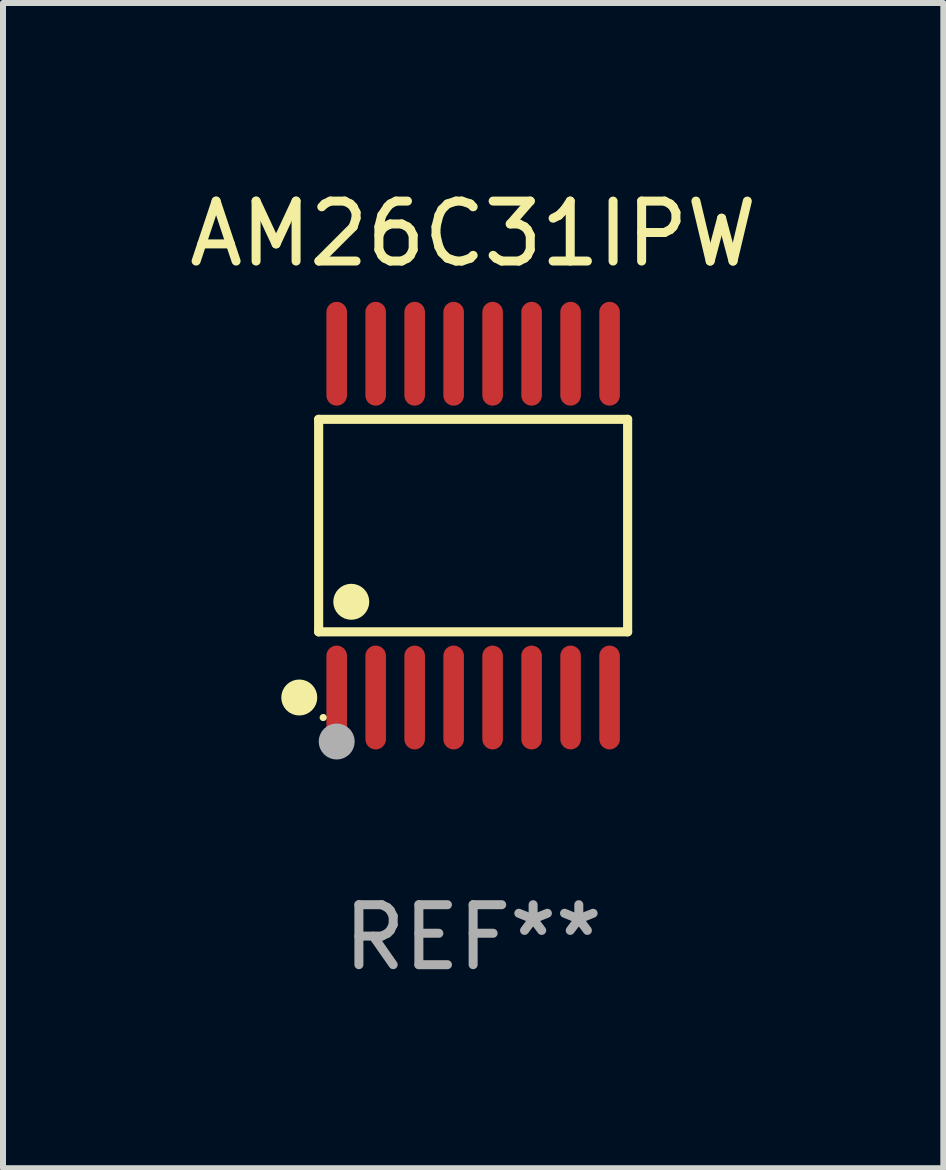
<source format=kicad_pcb>
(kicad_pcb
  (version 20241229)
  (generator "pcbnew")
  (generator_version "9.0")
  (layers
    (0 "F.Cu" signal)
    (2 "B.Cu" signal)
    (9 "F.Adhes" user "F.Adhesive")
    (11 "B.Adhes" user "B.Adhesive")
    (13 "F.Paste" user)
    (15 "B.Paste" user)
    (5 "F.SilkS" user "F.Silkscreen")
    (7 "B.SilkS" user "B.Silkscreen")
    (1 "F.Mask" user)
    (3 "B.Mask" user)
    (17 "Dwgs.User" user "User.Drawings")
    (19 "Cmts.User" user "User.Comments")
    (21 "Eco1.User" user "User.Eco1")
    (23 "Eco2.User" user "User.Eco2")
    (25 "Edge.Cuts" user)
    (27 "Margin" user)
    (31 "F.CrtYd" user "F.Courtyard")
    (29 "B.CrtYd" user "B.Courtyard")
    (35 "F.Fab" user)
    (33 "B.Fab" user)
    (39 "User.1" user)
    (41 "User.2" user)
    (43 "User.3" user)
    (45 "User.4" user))
  (footprint "AM26C31IPW"
    (layer "F.Cu")
    (at 4.839 5.714)
    (property "Reference" "AM26C31IPW" (at 0 -4.866 0) (layer "F.SilkS") (effects (font (size 1 1) (thickness 0.15))))
    (attr through_hole)
    (fp_line (start -2.576 -1.772) (end 2.576 -1.772) (stroke (width 0.152) (type solid)) (layer "F.SilkS"))
    (fp_line (start -2.576 1.771) (end -2.576 -1.772) (stroke (width 0.152) (type solid)) (layer "F.SilkS"))
    (fp_line (start 2.576 -1.772) (end 2.576 1.771) (stroke (width 0.152) (type solid)) (layer "F.SilkS"))
    (fp_line (start 2.576 1.771) (end -2.576 1.771) (stroke (width 0.152) (type solid)) (layer "F.SilkS"))
    (fp_circle (center -2.899 2.866) (end -2.749 2.866) (stroke (width 0.3) (type solid)) (fill no) (layer "F.SilkS"))
    (fp_circle (center -2.5 3.2) (end -2.47 3.2) (stroke (width 0.06) (type solid)) (fill no) (layer "F.SilkS"))
    (fp_circle (center -2.032 1.27) (end -1.882 1.27) (stroke (width 0.3) (type solid)) (fill no) (layer "F.SilkS"))
    (fp_circle (center -2.275 3.6) (end -2.125 3.6) (stroke (width 0.3) (type solid)) (fill no) (layer "F.Fab"))
    (fp_text user "REF**" (at 0 6.866 0) (layer "F.Fab") (effects (font (size 1 1) (thickness 0.15))))
    (pad "1" smd oval (at -2.275 2.866) (size 0.343 1.731) (layers "F.Cu" "F.Mask" "F.Paste"))
    (pad "2" smd oval (at -1.625 2.866) (size 0.343 1.731) (layers "F.Cu" "F.Mask" "F.Paste"))
    (pad "3" smd oval (at -0.975 2.866) (size 0.343 1.731) (layers "F.Cu" "F.Mask" "F.Paste"))
    (pad "4" smd oval (at -0.325 2.866) (size 0.343 1.731) (layers "F.Cu" "F.Mask" "F.Paste"))
    (pad "5" smd oval (at 0.325 2.866) (size 0.343 1.731) (layers "F.Cu" "F.Mask" "F.Paste"))
    (pad "6" smd oval (at 0.975 2.866) (size 0.343 1.731) (layers "F.Cu" "F.Mask" "F.Paste"))
    (pad "7" smd oval (at 1.625 2.866) (size 0.343 1.731) (layers "F.Cu" "F.Mask" "F.Paste"))
    (pad "8" smd oval (at 2.275 2.866) (size 0.343 1.731) (layers "F.Cu" "F.Mask" "F.Paste"))
    (pad "9" smd oval (at 2.275 -2.866) (size 0.343 1.731) (layers "F.Cu" "F.Mask" "F.Paste"))
    (pad "10" smd oval (at 1.625 -2.866) (size 0.343 1.731) (layers "F.Cu" "F.Mask" "F.Paste"))
    (pad "11" smd oval (at 0.975 -2.866) (size 0.343 1.731) (layers "F.Cu" "F.Mask" "F.Paste"))
    (pad "12" smd oval (at 0.325 -2.866) (size 0.343 1.731) (layers "F.Cu" "F.Mask" "F.Paste"))
    (pad "13" smd oval (at -0.325 -2.866) (size 0.343 1.731) (layers "F.Cu" "F.Mask" "F.Paste"))
    (pad "14" smd oval (at -0.975 -2.866) (size 0.343 1.731) (layers "F.Cu" "F.Mask" "F.Paste"))
    (pad "15" smd oval (at -1.625 -2.866) (size 0.343 1.731) (layers "F.Cu" "F.Mask" "F.Paste"))
    (pad "16" smd oval (at -2.275 -2.866) (size 0.343 1.731) (layers "F.Cu" "F.Mask" "F.Paste")))
  (gr_rect
    (start -3 -3)
    (end 12.679 16.428)
    (stroke (width 0.1) (type default))
    (fill no)
    (layer "Edge.Cuts")))
</source>
